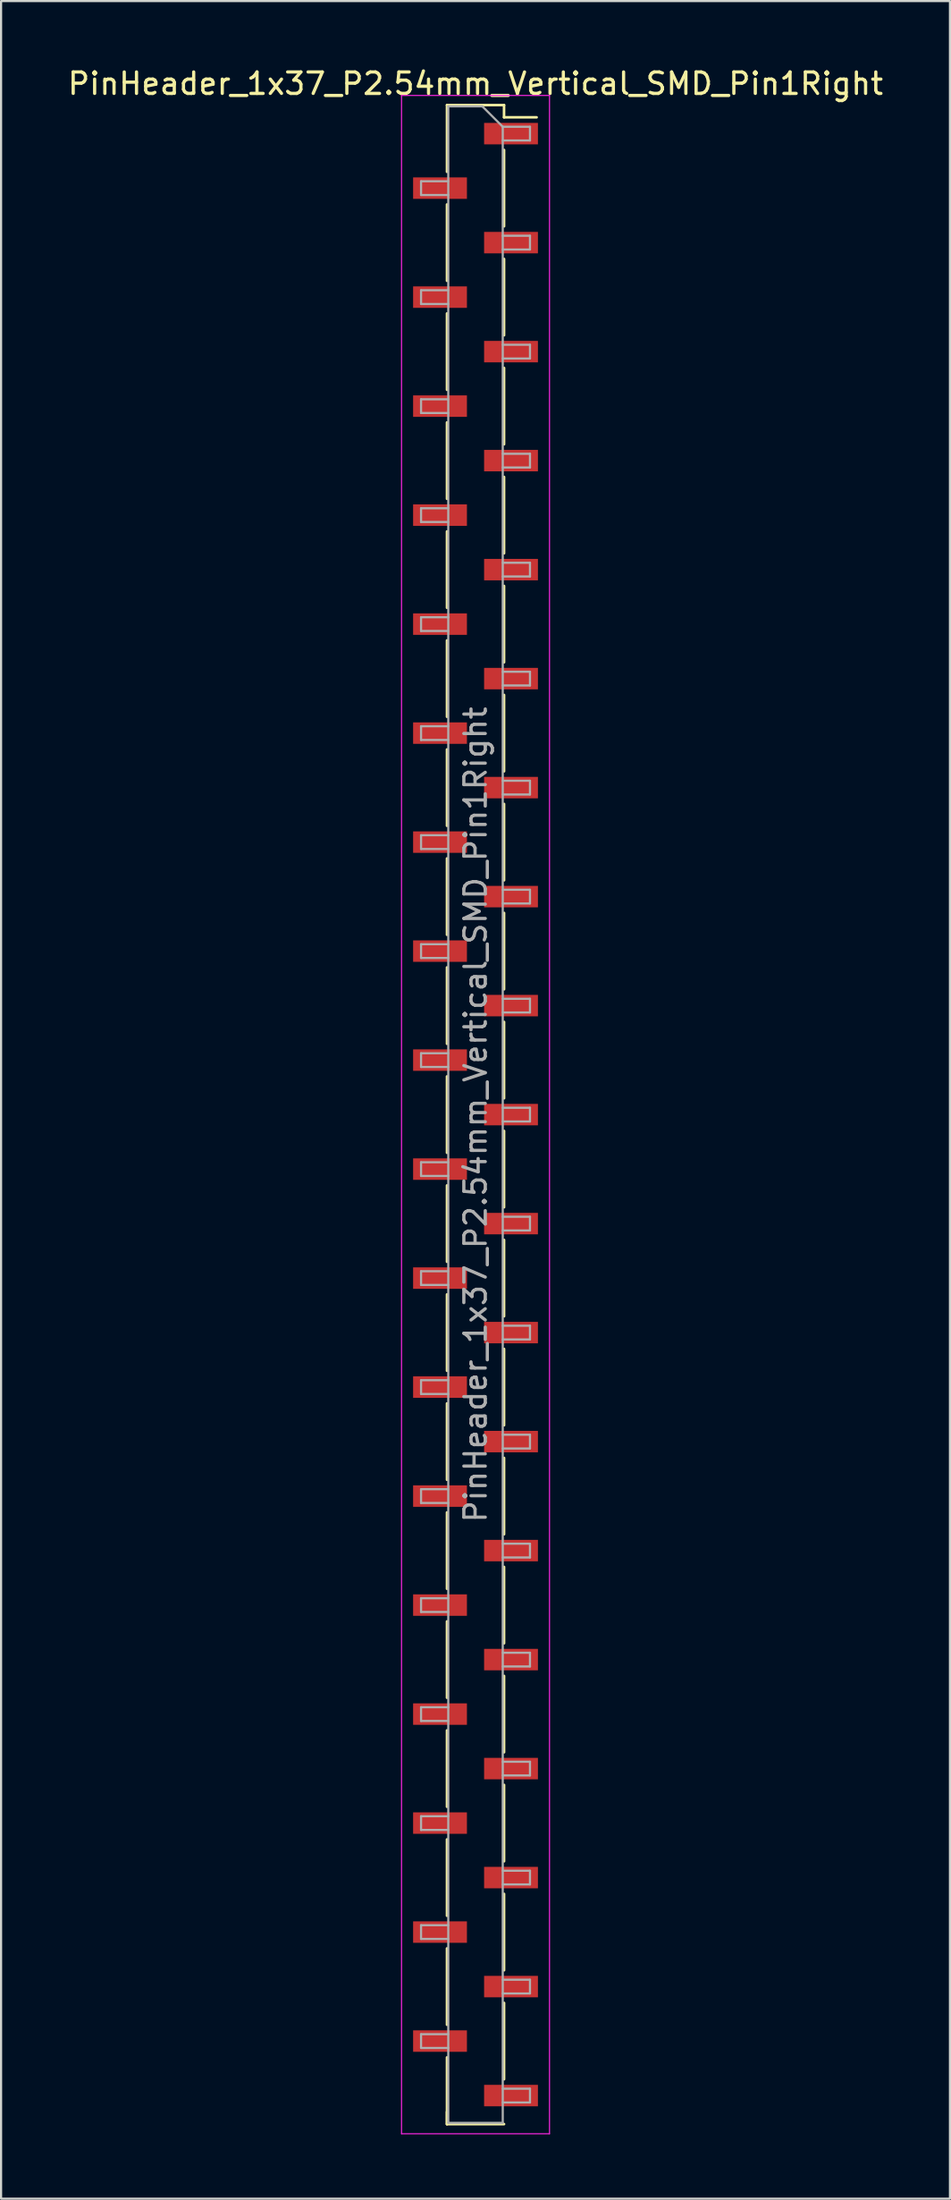
<source format=kicad_pcb>
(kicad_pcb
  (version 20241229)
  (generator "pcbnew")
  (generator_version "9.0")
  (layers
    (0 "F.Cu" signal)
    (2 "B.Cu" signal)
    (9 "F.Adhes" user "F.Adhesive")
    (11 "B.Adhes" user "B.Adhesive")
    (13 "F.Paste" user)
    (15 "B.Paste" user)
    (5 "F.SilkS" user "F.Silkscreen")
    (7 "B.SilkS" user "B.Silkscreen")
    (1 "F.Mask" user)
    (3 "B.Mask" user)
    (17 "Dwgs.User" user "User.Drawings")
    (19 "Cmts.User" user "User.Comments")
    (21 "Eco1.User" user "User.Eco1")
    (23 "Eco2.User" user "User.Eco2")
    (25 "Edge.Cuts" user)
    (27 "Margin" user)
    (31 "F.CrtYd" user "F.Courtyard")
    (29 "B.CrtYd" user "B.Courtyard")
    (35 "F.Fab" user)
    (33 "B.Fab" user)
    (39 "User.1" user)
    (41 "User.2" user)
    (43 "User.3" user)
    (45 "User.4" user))
  (footprint "PinHeader_1x37_P2.54mm_Vertical_SMD_Pin1Right"
    (layer "F.Cu")
    (at 19.125 48.898)
    (property "Reference" "PinHeader_1x37_P2.54mm_Vertical_SMD_Pin1Right" (at 0 -48.05 0) (layer "F.SilkS") (effects (font (size 1 1) (thickness 0.15))))
    (attr smd)
    (fp_line (start -1.33 -47.05) (end -1.33 -43.94) (stroke (width 0.12) (type solid)) (layer "F.SilkS"))
    (fp_line (start -1.33 -47.05) (end 1.33 -47.05) (stroke (width 0.12) (type solid)) (layer "F.SilkS"))
    (fp_line (start -1.33 -42.42) (end -1.33 -38.86) (stroke (width 0.12) (type solid)) (layer "F.SilkS"))
    (fp_line (start -1.33 -37.34) (end -1.33 -33.78) (stroke (width 0.12) (type solid)) (layer "F.SilkS"))
    (fp_line (start -1.33 -32.26) (end -1.33 -28.7) (stroke (width 0.12) (type solid)) (layer "F.SilkS"))
    (fp_line (start -1.33 -27.18) (end -1.33 -23.62) (stroke (width 0.12) (type solid)) (layer "F.SilkS"))
    (fp_line (start -1.33 -22.1) (end -1.33 -18.54) (stroke (width 0.12) (type solid)) (layer "F.SilkS"))
    (fp_line (start -1.33 -17.02) (end -1.33 -13.46) (stroke (width 0.12) (type solid)) (layer "F.SilkS"))
    (fp_line (start -1.33 -11.94) (end -1.33 -8.38) (stroke (width 0.12) (type solid)) (layer "F.SilkS"))
    (fp_line (start -1.33 -6.86) (end -1.33 -3.3) (stroke (width 0.12) (type solid)) (layer "F.SilkS"))
    (fp_line (start -1.33 -1.78) (end -1.33 1.78) (stroke (width 0.12) (type solid)) (layer "F.SilkS"))
    (fp_line (start -1.33 3.3) (end -1.33 6.86) (stroke (width 0.12) (type solid)) (layer "F.SilkS"))
    (fp_line (start -1.33 8.38) (end -1.33 11.94) (stroke (width 0.12) (type solid)) (layer "F.SilkS"))
    (fp_line (start -1.33 13.46) (end -1.33 17.02) (stroke (width 0.12) (type solid)) (layer "F.SilkS"))
    (fp_line (start -1.33 18.54) (end -1.33 22.1) (stroke (width 0.12) (type solid)) (layer "F.SilkS"))
    (fp_line (start -1.33 23.62) (end -1.33 27.18) (stroke (width 0.12) (type solid)) (layer "F.SilkS"))
    (fp_line (start -1.33 28.7) (end -1.33 32.26) (stroke (width 0.12) (type solid)) (layer "F.SilkS"))
    (fp_line (start -1.33 33.78) (end -1.33 37.34) (stroke (width 0.12) (type solid)) (layer "F.SilkS"))
    (fp_line (start -1.33 38.86) (end -1.33 42.42) (stroke (width 0.12) (type solid)) (layer "F.SilkS"))
    (fp_line (start -1.33 43.94) (end -1.33 47.05) (stroke (width 0.12) (type solid)) (layer "F.SilkS"))
    (fp_line (start -1.33 46.48) (end -1.33 47.05) (stroke (width 0.12) (type solid)) (layer "F.SilkS"))
    (fp_line (start -1.33 47.05) (end 1.33 47.05) (stroke (width 0.12) (type solid)) (layer "F.SilkS"))
    (fp_line (start 1.33 -47.05) (end 1.33 -46.48) (stroke (width 0.12) (type solid)) (layer "F.SilkS"))
    (fp_line (start 1.33 -46.48) (end 2.85 -46.48) (stroke (width 0.12) (type solid)) (layer "F.SilkS"))
    (fp_line (start 1.33 -44.96) (end 1.33 -41.4) (stroke (width 0.12) (type solid)) (layer "F.SilkS"))
    (fp_line (start 1.33 -39.88) (end 1.33 -36.32) (stroke (width 0.12) (type solid)) (layer "F.SilkS"))
    (fp_line (start 1.33 -34.8) (end 1.33 -31.24) (stroke (width 0.12) (type solid)) (layer "F.SilkS"))
    (fp_line (start 1.33 -29.72) (end 1.33 -26.16) (stroke (width 0.12) (type solid)) (layer "F.SilkS"))
    (fp_line (start 1.33 -24.64) (end 1.33 -21.08) (stroke (width 0.12) (type solid)) (layer "F.SilkS"))
    (fp_line (start 1.33 -19.56) (end 1.33 -16) (stroke (width 0.12) (type solid)) (layer "F.SilkS"))
    (fp_line (start 1.33 -14.48) (end 1.33 -10.92) (stroke (width 0.12) (type solid)) (layer "F.SilkS"))
    (fp_line (start 1.33 -9.4) (end 1.33 -5.84) (stroke (width 0.12) (type solid)) (layer "F.SilkS"))
    (fp_line (start 1.33 -4.32) (end 1.33 -0.76) (stroke (width 0.12) (type solid)) (layer "F.SilkS"))
    (fp_line (start 1.33 0.76) (end 1.33 4.32) (stroke (width 0.12) (type solid)) (layer "F.SilkS"))
    (fp_line (start 1.33 5.84) (end 1.33 9.4) (stroke (width 0.12) (type solid)) (layer "F.SilkS"))
    (fp_line (start 1.33 10.92) (end 1.33 14.48) (stroke (width 0.12) (type solid)) (layer "F.SilkS"))
    (fp_line (start 1.33 16) (end 1.33 19.56) (stroke (width 0.12) (type solid)) (layer "F.SilkS"))
    (fp_line (start 1.33 21.08) (end 1.33 24.64) (stroke (width 0.12) (type solid)) (layer "F.SilkS"))
    (fp_line (start 1.33 26.16) (end 1.33 29.72) (stroke (width 0.12) (type solid)) (layer "F.SilkS"))
    (fp_line (start 1.33 31.24) (end 1.33 34.8) (stroke (width 0.12) (type solid)) (layer "F.SilkS"))
    (fp_line (start 1.33 36.32) (end 1.33 39.88) (stroke (width 0.12) (type solid)) (layer "F.SilkS"))
    (fp_line (start 1.33 41.4) (end 1.33 44.96) (stroke (width 0.12) (type solid)) (layer "F.SilkS"))
    (fp_line (start -3.45 -47.5) (end -3.45 47.5) (stroke (width 0.05) (type solid)) (layer "F.CrtYd"))
    (fp_line (start -3.45 47.5) (end 3.45 47.5) (stroke (width 0.05) (type solid)) (layer "F.CrtYd"))
    (fp_line (start 3.45 -47.5) (end -3.45 -47.5) (stroke (width 0.05) (type solid)) (layer "F.CrtYd"))
    (fp_line (start 3.45 47.5) (end 3.45 -47.5) (stroke (width 0.05) (type solid)) (layer "F.CrtYd"))
    (fp_line (start -2.54 -43.5) (end -2.54 -42.86) (stroke (width 0.1) (type solid)) (layer "F.Fab"))
    (fp_line (start -2.54 -42.86) (end -1.27 -42.86) (stroke (width 0.1) (type solid)) (layer "F.Fab"))
    (fp_line (start -2.54 -38.42) (end -2.54 -37.78) (stroke (width 0.1) (type solid)) (layer "F.Fab"))
    (fp_line (start -2.54 -37.78) (end -1.27 -37.78) (stroke (width 0.1) (type solid)) (layer "F.Fab"))
    (fp_line (start -2.54 -33.34) (end -2.54 -32.7) (stroke (width 0.1) (type solid)) (layer "F.Fab"))
    (fp_line (start -2.54 -32.7) (end -1.27 -32.7) (stroke (width 0.1) (type solid)) (layer "F.Fab"))
    (fp_line (start -2.54 -28.26) (end -2.54 -27.62) (stroke (width 0.1) (type solid)) (layer "F.Fab"))
    (fp_line (start -2.54 -27.62) (end -1.27 -27.62) (stroke (width 0.1) (type solid)) (layer "F.Fab"))
    (fp_line (start -2.54 -23.18) (end -2.54 -22.54) (stroke (width 0.1) (type solid)) (layer "F.Fab"))
    (fp_line (start -2.54 -22.54) (end -1.27 -22.54) (stroke (width 0.1) (type solid)) (layer "F.Fab"))
    (fp_line (start -2.54 -18.1) (end -2.54 -17.46) (stroke (width 0.1) (type solid)) (layer "F.Fab"))
    (fp_line (start -2.54 -17.46) (end -1.27 -17.46) (stroke (width 0.1) (type solid)) (layer "F.Fab"))
    (fp_line (start -2.54 -13.02) (end -2.54 -12.38) (stroke (width 0.1) (type solid)) (layer "F.Fab"))
    (fp_line (start -2.54 -12.38) (end -1.27 -12.38) (stroke (width 0.1) (type solid)) (layer "F.Fab"))
    (fp_line (start -2.54 -7.94) (end -2.54 -7.3) (stroke (width 0.1) (type solid)) (layer "F.Fab"))
    (fp_line (start -2.54 -7.3) (end -1.27 -7.3) (stroke (width 0.1) (type solid)) (layer "F.Fab"))
    (fp_line (start -2.54 -2.86) (end -2.54 -2.22) (stroke (width 0.1) (type solid)) (layer "F.Fab"))
    (fp_line (start -2.54 -2.22) (end -1.27 -2.22) (stroke (width 0.1) (type solid)) (layer "F.Fab"))
    (fp_line (start -2.54 2.22) (end -2.54 2.86) (stroke (width 0.1) (type solid)) (layer "F.Fab"))
    (fp_line (start -2.54 2.86) (end -1.27 2.86) (stroke (width 0.1) (type solid)) (layer "F.Fab"))
    (fp_line (start -2.54 7.3) (end -2.54 7.94) (stroke (width 0.1) (type solid)) (layer "F.Fab"))
    (fp_line (start -2.54 7.94) (end -1.27 7.94) (stroke (width 0.1) (type solid)) (layer "F.Fab"))
    (fp_line (start -2.54 12.38) (end -2.54 13.02) (stroke (width 0.1) (type solid)) (layer "F.Fab"))
    (fp_line (start -2.54 13.02) (end -1.27 13.02) (stroke (width 0.1) (type solid)) (layer "F.Fab"))
    (fp_line (start -2.54 17.46) (end -2.54 18.1) (stroke (width 0.1) (type solid)) (layer "F.Fab"))
    (fp_line (start -2.54 18.1) (end -1.27 18.1) (stroke (width 0.1) (type solid)) (layer "F.Fab"))
    (fp_line (start -2.54 22.54) (end -2.54 23.18) (stroke (width 0.1) (type solid)) (layer "F.Fab"))
    (fp_line (start -2.54 23.18) (end -1.27 23.18) (stroke (width 0.1) (type solid)) (layer "F.Fab"))
    (fp_line (start -2.54 27.62) (end -2.54 28.26) (stroke (width 0.1) (type solid)) (layer "F.Fab"))
    (fp_line (start -2.54 28.26) (end -1.27 28.26) (stroke (width 0.1) (type solid)) (layer "F.Fab"))
    (fp_line (start -2.54 32.7) (end -2.54 33.34) (stroke (width 0.1) (type solid)) (layer "F.Fab"))
    (fp_line (start -2.54 33.34) (end -1.27 33.34) (stroke (width 0.1) (type solid)) (layer "F.Fab"))
    (fp_line (start -2.54 37.78) (end -2.54 38.42) (stroke (width 0.1) (type solid)) (layer "F.Fab"))
    (fp_line (start -2.54 38.42) (end -1.27 38.42) (stroke (width 0.1) (type solid)) (layer "F.Fab"))
    (fp_line (start -2.54 42.86) (end -2.54 43.5) (stroke (width 0.1) (type solid)) (layer "F.Fab"))
    (fp_line (start -2.54 43.5) (end -1.27 43.5) (stroke (width 0.1) (type solid)) (layer "F.Fab"))
    (fp_line (start -1.27 -46.99) (end -1.27 46.99) (stroke (width 0.1) (type solid)) (layer "F.Fab"))
    (fp_line (start -1.27 -46.99) (end 0.32 -46.99) (stroke (width 0.1) (type solid)) (layer "F.Fab"))
    (fp_line (start -1.27 -43.5) (end -2.54 -43.5) (stroke (width 0.1) (type solid)) (layer "F.Fab"))
    (fp_line (start -1.27 -38.42) (end -2.54 -38.42) (stroke (width 0.1) (type solid)) (layer "F.Fab"))
    (fp_line (start -1.27 -33.34) (end -2.54 -33.34) (stroke (width 0.1) (type solid)) (layer "F.Fab"))
    (fp_line (start -1.27 -28.26) (end -2.54 -28.26) (stroke (width 0.1) (type solid)) (layer "F.Fab"))
    (fp_line (start -1.27 -23.18) (end -2.54 -23.18) (stroke (width 0.1) (type solid)) (layer "F.Fab"))
    (fp_line (start -1.27 -18.1) (end -2.54 -18.1) (stroke (width 0.1) (type solid)) (layer "F.Fab"))
    (fp_line (start -1.27 -13.02) (end -2.54 -13.02) (stroke (width 0.1) (type solid)) (layer "F.Fab"))
    (fp_line (start -1.27 -7.94) (end -2.54 -7.94) (stroke (width 0.1) (type solid)) (layer "F.Fab"))
    (fp_line (start -1.27 -2.86) (end -2.54 -2.86) (stroke (width 0.1) (type solid)) (layer "F.Fab"))
    (fp_line (start -1.27 2.22) (end -2.54 2.22) (stroke (width 0.1) (type solid)) (layer "F.Fab"))
    (fp_line (start -1.27 7.3) (end -2.54 7.3) (stroke (width 0.1) (type solid)) (layer "F.Fab"))
    (fp_line (start -1.27 12.38) (end -2.54 12.38) (stroke (width 0.1) (type solid)) (layer "F.Fab"))
    (fp_line (start -1.27 17.46) (end -2.54 17.46) (stroke (width 0.1) (type solid)) (layer "F.Fab"))
    (fp_line (start -1.27 22.54) (end -2.54 22.54) (stroke (width 0.1) (type solid)) (layer "F.Fab"))
    (fp_line (start -1.27 27.62) (end -2.54 27.62) (stroke (width 0.1) (type solid)) (layer "F.Fab"))
    (fp_line (start -1.27 32.7) (end -2.54 32.7) (stroke (width 0.1) (type solid)) (layer "F.Fab"))
    (fp_line (start -1.27 37.78) (end -2.54 37.78) (stroke (width 0.1) (type solid)) (layer "F.Fab"))
    (fp_line (start -1.27 42.86) (end -2.54 42.86) (stroke (width 0.1) (type solid)) (layer "F.Fab"))
    (fp_line (start 1.27 -46.04) (end 0.32 -46.99) (stroke (width 0.1) (type solid)) (layer "F.Fab"))
    (fp_line (start 1.27 -46.04) (end 2.54 -46.04) (stroke (width 0.1) (type solid)) (layer "F.Fab"))
    (fp_line (start 1.27 -40.96) (end 2.54 -40.96) (stroke (width 0.1) (type solid)) (layer "F.Fab"))
    (fp_line (start 1.27 -35.88) (end 2.54 -35.88) (stroke (width 0.1) (type solid)) (layer "F.Fab"))
    (fp_line (start 1.27 -30.8) (end 2.54 -30.8) (stroke (width 0.1) (type solid)) (layer "F.Fab"))
    (fp_line (start 1.27 -25.72) (end 2.54 -25.72) (stroke (width 0.1) (type solid)) (layer "F.Fab"))
    (fp_line (start 1.27 -20.64) (end 2.54 -20.64) (stroke (width 0.1) (type solid)) (layer "F.Fab"))
    (fp_line (start 1.27 -15.56) (end 2.54 -15.56) (stroke (width 0.1) (type solid)) (layer "F.Fab"))
    (fp_line (start 1.27 -10.48) (end 2.54 -10.48) (stroke (width 0.1) (type solid)) (layer "F.Fab"))
    (fp_line (start 1.27 -5.4) (end 2.54 -5.4) (stroke (width 0.1) (type solid)) (layer "F.Fab"))
    (fp_line (start 1.27 -0.32) (end 2.54 -0.32) (stroke (width 0.1) (type solid)) (layer "F.Fab"))
    (fp_line (start 1.27 4.76) (end 2.54 4.76) (stroke (width 0.1) (type solid)) (layer "F.Fab"))
    (fp_line (start 1.27 9.84) (end 2.54 9.84) (stroke (width 0.1) (type solid)) (layer "F.Fab"))
    (fp_line (start 1.27 14.92) (end 2.54 14.92) (stroke (width 0.1) (type solid)) (layer "F.Fab"))
    (fp_line (start 1.27 20) (end 2.54 20) (stroke (width 0.1) (type solid)) (layer "F.Fab"))
    (fp_line (start 1.27 25.08) (end 2.54 25.08) (stroke (width 0.1) (type solid)) (layer "F.Fab"))
    (fp_line (start 1.27 30.16) (end 2.54 30.16) (stroke (width 0.1) (type solid)) (layer "F.Fab"))
    (fp_line (start 1.27 35.24) (end 2.54 35.24) (stroke (width 0.1) (type solid)) (layer "F.Fab"))
    (fp_line (start 1.27 40.32) (end 2.54 40.32) (stroke (width 0.1) (type solid)) (layer "F.Fab"))
    (fp_line (start 1.27 45.4) (end 2.54 45.4) (stroke (width 0.1) (type solid)) (layer "F.Fab"))
    (fp_line (start 1.27 46.99) (end -1.27 46.99) (stroke (width 0.1) (type solid)) (layer "F.Fab"))
    (fp_line (start 1.27 46.99) (end 1.27 -46.04) (stroke (width 0.1) (type solid)) (layer "F.Fab"))
    (fp_line (start 2.54 -46.04) (end 2.54 -45.4) (stroke (width 0.1) (type solid)) (layer "F.Fab"))
    (fp_line (start 2.54 -45.4) (end 1.27 -45.4) (stroke (width 0.1) (type solid)) (layer "F.Fab"))
    (fp_line (start 2.54 -40.96) (end 2.54 -40.32) (stroke (width 0.1) (type solid)) (layer "F.Fab"))
    (fp_line (start 2.54 -40.32) (end 1.27 -40.32) (stroke (width 0.1) (type solid)) (layer "F.Fab"))
    (fp_line (start 2.54 -35.88) (end 2.54 -35.24) (stroke (width 0.1) (type solid)) (layer "F.Fab"))
    (fp_line (start 2.54 -35.24) (end 1.27 -35.24) (stroke (width 0.1) (type solid)) (layer "F.Fab"))
    (fp_line (start 2.54 -30.8) (end 2.54 -30.16) (stroke (width 0.1) (type solid)) (layer "F.Fab"))
    (fp_line (start 2.54 -30.16) (end 1.27 -30.16) (stroke (width 0.1) (type solid)) (layer "F.Fab"))
    (fp_line (start 2.54 -25.72) (end 2.54 -25.08) (stroke (width 0.1) (type solid)) (layer "F.Fab"))
    (fp_line (start 2.54 -25.08) (end 1.27 -25.08) (stroke (width 0.1) (type solid)) (layer "F.Fab"))
    (fp_line (start 2.54 -20.64) (end 2.54 -20) (stroke (width 0.1) (type solid)) (layer "F.Fab"))
    (fp_line (start 2.54 -20) (end 1.27 -20) (stroke (width 0.1) (type solid)) (layer "F.Fab"))
    (fp_line (start 2.54 -15.56) (end 2.54 -14.92) (stroke (width 0.1) (type solid)) (layer "F.Fab"))
    (fp_line (start 2.54 -14.92) (end 1.27 -14.92) (stroke (width 0.1) (type solid)) (layer "F.Fab"))
    (fp_line (start 2.54 -10.48) (end 2.54 -9.84) (stroke (width 0.1) (type solid)) (layer "F.Fab"))
    (fp_line (start 2.54 -9.84) (end 1.27 -9.84) (stroke (width 0.1) (type solid)) (layer "F.Fab"))
    (fp_line (start 2.54 -5.4) (end 2.54 -4.76) (stroke (width 0.1) (type solid)) (layer "F.Fab"))
    (fp_line (start 2.54 -4.76) (end 1.27 -4.76) (stroke (width 0.1) (type solid)) (layer "F.Fab"))
    (fp_line (start 2.54 -0.32) (end 2.54 0.32) (stroke (width 0.1) (type solid)) (layer "F.Fab"))
    (fp_line (start 2.54 0.32) (end 1.27 0.32) (stroke (width 0.1) (type solid)) (layer "F.Fab"))
    (fp_line (start 2.54 4.76) (end 2.54 5.4) (stroke (width 0.1) (type solid)) (layer "F.Fab"))
    (fp_line (start 2.54 5.4) (end 1.27 5.4) (stroke (width 0.1) (type solid)) (layer "F.Fab"))
    (fp_line (start 2.54 9.84) (end 2.54 10.48) (stroke (width 0.1) (type solid)) (layer "F.Fab"))
    (fp_line (start 2.54 10.48) (end 1.27 10.48) (stroke (width 0.1) (type solid)) (layer "F.Fab"))
    (fp_line (start 2.54 14.92) (end 2.54 15.56) (stroke (width 0.1) (type solid)) (layer "F.Fab"))
    (fp_line (start 2.54 15.56) (end 1.27 15.56) (stroke (width 0.1) (type solid)) (layer "F.Fab"))
    (fp_line (start 2.54 20) (end 2.54 20.64) (stroke (width 0.1) (type solid)) (layer "F.Fab"))
    (fp_line (start 2.54 20.64) (end 1.27 20.64) (stroke (width 0.1) (type solid)) (layer "F.Fab"))
    (fp_line (start 2.54 25.08) (end 2.54 25.72) (stroke (width 0.1) (type solid)) (layer "F.Fab"))
    (fp_line (start 2.54 25.72) (end 1.27 25.72) (stroke (width 0.1) (type solid)) (layer "F.Fab"))
    (fp_line (start 2.54 30.16) (end 2.54 30.8) (stroke (width 0.1) (type solid)) (layer "F.Fab"))
    (fp_line (start 2.54 30.8) (end 1.27 30.8) (stroke (width 0.1) (type solid)) (layer "F.Fab"))
    (fp_line (start 2.54 35.24) (end 2.54 35.88) (stroke (width 0.1) (type solid)) (layer "F.Fab"))
    (fp_line (start 2.54 35.88) (end 1.27 35.88) (stroke (width 0.1) (type solid)) (layer "F.Fab"))
    (fp_line (start 2.54 40.32) (end 2.54 40.96) (stroke (width 0.1) (type solid)) (layer "F.Fab"))
    (fp_line (start 2.54 40.96) (end 1.27 40.96) (stroke (width 0.1) (type solid)) (layer "F.Fab"))
    (fp_line (start 2.54 45.4) (end 2.54 46.04) (stroke (width 0.1) (type solid)) (layer "F.Fab"))
    (fp_line (start 2.54 46.04) (end 1.27 46.04) (stroke (width 0.1) (type solid)) (layer "F.Fab"))
    (fp_text user "${REFERENCE}" (at 0 0 90) (layer "F.Fab") (effects (font (size 1 1) (thickness 0.15))))
    (pad "1" smd rect (at 1.655 -45.72) (size 2.51 1) (layers "F.Cu" "F.Mask" "F.Paste"))
    (pad "2" smd rect (at -1.655 -43.18) (size 2.51 1) (layers "F.Cu" "F.Mask" "F.Paste"))
    (pad "3" smd rect (at 1.655 -40.64) (size 2.51 1) (layers "F.Cu" "F.Mask" "F.Paste"))
    (pad "4" smd rect (at -1.655 -38.1) (size 2.51 1) (layers "F.Cu" "F.Mask" "F.Paste"))
    (pad "5" smd rect (at 1.655 -35.56) (size 2.51 1) (layers "F.Cu" "F.Mask" "F.Paste"))
    (pad "6" smd rect (at -1.655 -33.02) (size 2.51 1) (layers "F.Cu" "F.Mask" "F.Paste"))
    (pad "7" smd rect (at 1.655 -30.48) (size 2.51 1) (layers "F.Cu" "F.Mask" "F.Paste"))
    (pad "8" smd rect (at -1.655 -27.94) (size 2.51 1) (layers "F.Cu" "F.Mask" "F.Paste"))
    (pad "9" smd rect (at 1.655 -25.4) (size 2.51 1) (layers "F.Cu" "F.Mask" "F.Paste"))
    (pad "10" smd rect (at -1.655 -22.86) (size 2.51 1) (layers "F.Cu" "F.Mask" "F.Paste"))
    (pad "11" smd rect (at 1.655 -20.32) (size 2.51 1) (layers "F.Cu" "F.Mask" "F.Paste"))
    (pad "12" smd rect (at -1.655 -17.78) (size 2.51 1) (layers "F.Cu" "F.Mask" "F.Paste"))
    (pad "13" smd rect (at 1.655 -15.24) (size 2.51 1) (layers "F.Cu" "F.Mask" "F.Paste"))
    (pad "14" smd rect (at -1.655 -12.7) (size 2.51 1) (layers "F.Cu" "F.Mask" "F.Paste"))
    (pad "15" smd rect (at 1.655 -10.16) (size 2.51 1) (layers "F.Cu" "F.Mask" "F.Paste"))
    (pad "16" smd rect (at -1.655 -7.62) (size 2.51 1) (layers "F.Cu" "F.Mask" "F.Paste"))
    (pad "17" smd rect (at 1.655 -5.08) (size 2.51 1) (layers "F.Cu" "F.Mask" "F.Paste"))
    (pad "18" smd rect (at -1.655 -2.54) (size 2.51 1) (layers "F.Cu" "F.Mask" "F.Paste"))
    (pad "19" smd rect (at 1.655 0) (size 2.51 1) (layers "F.Cu" "F.Mask" "F.Paste"))
    (pad "20" smd rect (at -1.655 2.54) (size 2.51 1) (layers "F.Cu" "F.Mask" "F.Paste"))
    (pad "21" smd rect (at 1.655 5.08) (size 2.51 1) (layers "F.Cu" "F.Mask" "F.Paste"))
    (pad "22" smd rect (at -1.655 7.62) (size 2.51 1) (layers "F.Cu" "F.Mask" "F.Paste"))
    (pad "23" smd rect (at 1.655 10.16) (size 2.51 1) (layers "F.Cu" "F.Mask" "F.Paste"))
    (pad "24" smd rect (at -1.655 12.7) (size 2.51 1) (layers "F.Cu" "F.Mask" "F.Paste"))
    (pad "25" smd rect (at 1.655 15.24) (size 2.51 1) (layers "F.Cu" "F.Mask" "F.Paste"))
    (pad "26" smd rect (at -1.655 17.78) (size 2.51 1) (layers "F.Cu" "F.Mask" "F.Paste"))
    (pad "27" smd rect (at 1.655 20.32) (size 2.51 1) (layers "F.Cu" "F.Mask" "F.Paste"))
    (pad "28" smd rect (at -1.655 22.86) (size 2.51 1) (layers "F.Cu" "F.Mask" "F.Paste"))
    (pad "29" smd rect (at 1.655 25.4) (size 2.51 1) (layers "F.Cu" "F.Mask" "F.Paste"))
    (pad "30" smd rect (at -1.655 27.94) (size 2.51 1) (layers "F.Cu" "F.Mask" "F.Paste"))
    (pad "31" smd rect (at 1.655 30.48) (size 2.51 1) (layers "F.Cu" "F.Mask" "F.Paste"))
    (pad "32" smd rect (at -1.655 33.02) (size 2.51 1) (layers "F.Cu" "F.Mask" "F.Paste"))
    (pad "33" smd rect (at 1.655 35.56) (size 2.51 1) (layers "F.Cu" "F.Mask" "F.Paste"))
    (pad "34" smd rect (at -1.655 38.1) (size 2.51 1) (layers "F.Cu" "F.Mask" "F.Paste"))
    (pad "35" smd rect (at 1.655 40.64) (size 2.51 1) (layers "F.Cu" "F.Mask" "F.Paste"))
    (pad "36" smd rect (at -1.655 43.18) (size 2.51 1) (layers "F.Cu" "F.Mask" "F.Paste"))
    (pad "37" smd rect (at 1.655 45.72) (size 2.51 1) (layers "F.Cu" "F.Mask" "F.Paste")))
  (gr_rect
    (start -3 -3)
    (end 41.25 99.423)
    (stroke (width 0.1) (type default))
    (fill no)
    (layer "Edge.Cuts")))
</source>
